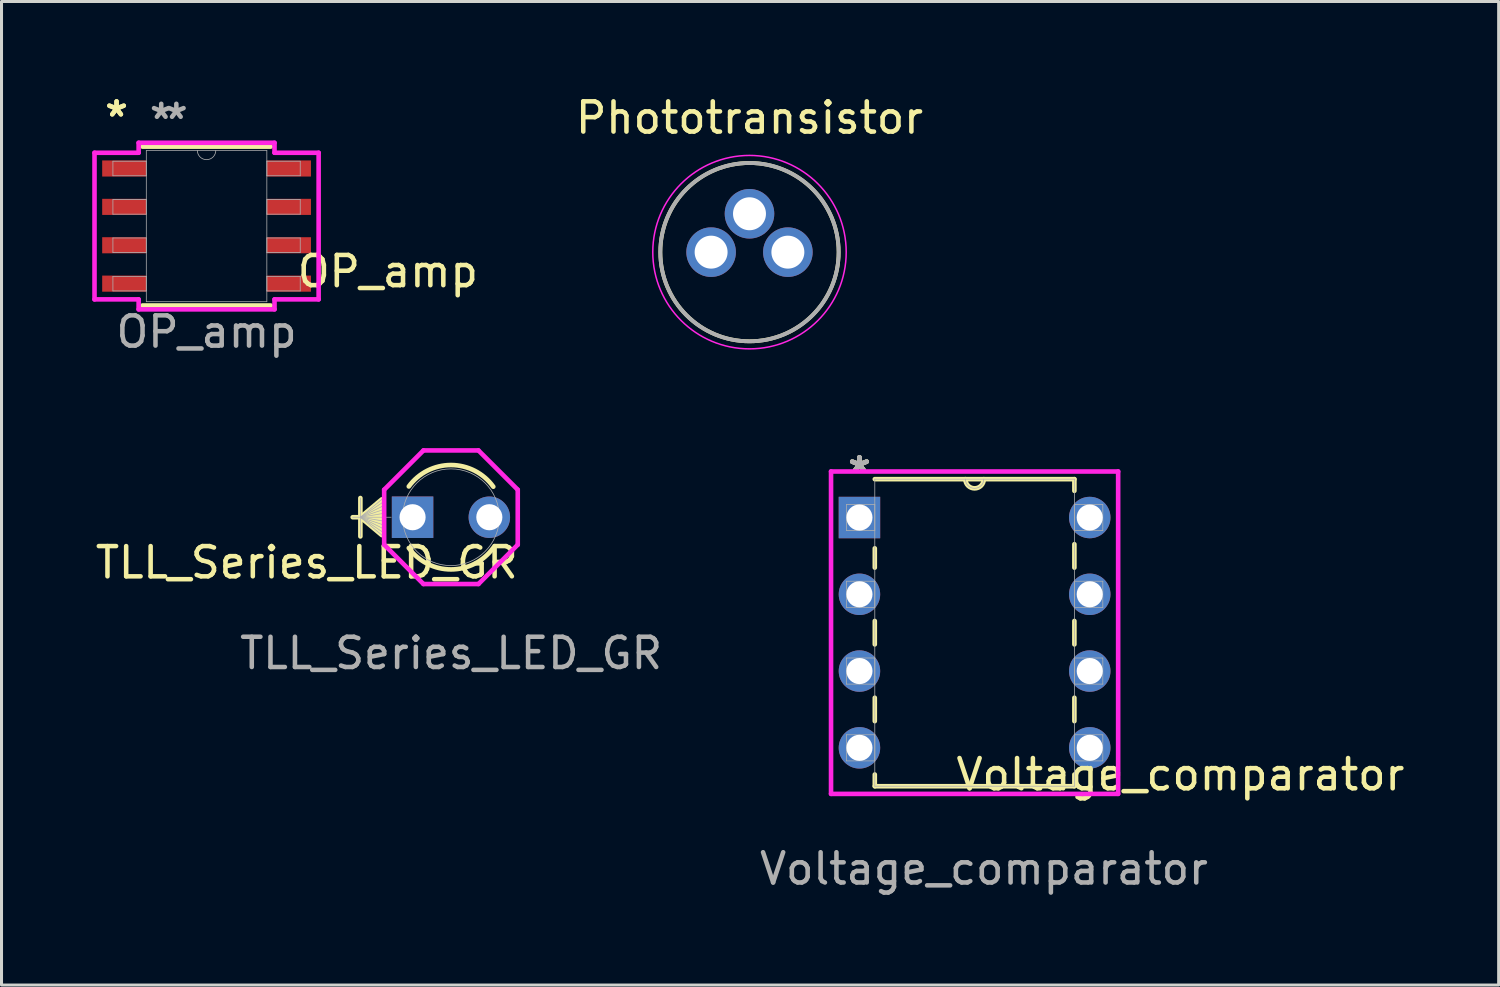
<source format=kicad_pcb>
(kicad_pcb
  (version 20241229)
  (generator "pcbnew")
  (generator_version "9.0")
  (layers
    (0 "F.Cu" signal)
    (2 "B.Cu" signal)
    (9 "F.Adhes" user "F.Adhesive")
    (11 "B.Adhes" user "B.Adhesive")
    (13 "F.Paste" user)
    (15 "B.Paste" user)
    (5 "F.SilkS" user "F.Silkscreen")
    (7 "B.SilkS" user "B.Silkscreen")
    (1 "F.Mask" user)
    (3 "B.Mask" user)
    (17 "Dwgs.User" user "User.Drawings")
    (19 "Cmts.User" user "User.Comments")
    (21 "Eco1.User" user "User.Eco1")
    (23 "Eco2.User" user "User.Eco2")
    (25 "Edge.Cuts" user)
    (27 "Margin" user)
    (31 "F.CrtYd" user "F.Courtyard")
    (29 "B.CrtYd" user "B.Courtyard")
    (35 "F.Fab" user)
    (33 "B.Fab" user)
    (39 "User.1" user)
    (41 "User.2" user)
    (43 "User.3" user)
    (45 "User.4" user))
  (footprint "Phototransistor"
    (layer "F.Cu")
    (at 21.749 5.293)
    (property "Reference" "Phototransistor" (at 0 -4.445 0) (layer "F.SilkS") (effects (font (size 1 1) (thickness 0.15))))
    (attr through_hole)
    (fp_circle (center 0 0) (end 2.95 0) (stroke (width 0.127) (type solid)) (fill no) (layer "F.SilkS"))
    (fp_circle (center 0 0) (end 3.2 0) (stroke (width 0.05) (type solid)) (fill no) (layer "F.CrtYd"))
    (fp_circle (center 0 0) (end 2.95 0) (stroke (width 0.127) (type solid)) (fill no) (layer "F.Fab"))
    (pad "B" thru_hole circle (at 1.27 0) (size 1.64 1.64) (drill 1.09) (layers "*.Cu" "*.Mask"))
    (pad "C" thru_hole circle (at 0 -1.27) (size 1.64 1.64) (drill 1.09) (layers "*.Cu" "*.Mask"))
    (pad "E" thru_hole circle (at -1.27 0) (size 1.64 1.64) (drill 1.09) (layers "*.Cu" "*.Mask")))
  (footprint "OP_amp"
    (layer "F.Cu")
    (at 3.785 4.43)
    (property "Reference" "OP_amp" (at 6 1.5 0) (unlocked yes) (layer "F.SilkS") (effects (font (size 1 1) (thickness 0.15))))
    (attr smd)
    (fp_line (start -2.121 2.629) (end 2.121 2.629) (stroke (width 0.152) (type solid)) (layer "F.SilkS"))
    (fp_line (start 2.121 -2.629) (end -2.121 -2.629) (stroke (width 0.152) (type solid)) (layer "F.SilkS"))
    (fp_line (start -3.708 -2.426) (end -2.248 -2.426) (stroke (width 0.152) (type solid)) (layer "F.CrtYd"))
    (fp_line (start -3.708 2.426) (end -3.708 -2.426) (stroke (width 0.152) (type solid)) (layer "F.CrtYd"))
    (fp_line (start -3.708 2.426) (end -2.248 2.426) (stroke (width 0.152) (type solid)) (layer "F.CrtYd"))
    (fp_line (start -2.248 -2.756) (end 2.248 -2.756) (stroke (width 0.152) (type solid)) (layer "F.CrtYd"))
    (fp_line (start -2.248 -2.426) (end -2.248 -2.756) (stroke (width 0.152) (type solid)) (layer "F.CrtYd"))
    (fp_line (start -2.248 2.756) (end -2.248 2.426) (stroke (width 0.152) (type solid)) (layer "F.CrtYd"))
    (fp_line (start 2.248 -2.756) (end 2.248 -2.426) (stroke (width 0.152) (type solid)) (layer "F.CrtYd"))
    (fp_line (start 2.248 2.426) (end 2.248 2.756) (stroke (width 0.152) (type solid)) (layer "F.CrtYd"))
    (fp_line (start 2.248 2.756) (end -2.248 2.756) (stroke (width 0.152) (type solid)) (layer "F.CrtYd"))
    (fp_line (start 3.708 -2.426) (end 2.248 -2.426) (stroke (width 0.152) (type solid)) (layer "F.CrtYd"))
    (fp_line (start 3.708 -2.426) (end 3.708 2.426) (stroke (width 0.152) (type solid)) (layer "F.CrtYd"))
    (fp_line (start 3.708 2.426) (end 2.248 2.426) (stroke (width 0.152) (type solid)) (layer "F.CrtYd"))
    (fp_line (start -3.099 -2.146) (end -3.099 -1.664) (stroke (width 0.025) (type solid)) (layer "F.Fab"))
    (fp_line (start -3.099 -1.664) (end -1.994 -1.664) (stroke (width 0.025) (type solid)) (layer "F.Fab"))
    (fp_line (start -3.099 -0.876) (end -3.099 -0.394) (stroke (width 0.025) (type solid)) (layer "F.Fab"))
    (fp_line (start -3.099 -0.394) (end -1.994 -0.394) (stroke (width 0.025) (type solid)) (layer "F.Fab"))
    (fp_line (start -3.099 0.394) (end -3.099 0.876) (stroke (width 0.025) (type solid)) (layer "F.Fab"))
    (fp_line (start -3.099 0.876) (end -1.994 0.876) (stroke (width 0.025) (type solid)) (layer "F.Fab"))
    (fp_line (start -3.099 1.664) (end -3.099 2.146) (stroke (width 0.025) (type solid)) (layer "F.Fab"))
    (fp_line (start -3.099 2.146) (end -1.994 2.146) (stroke (width 0.025) (type solid)) (layer "F.Fab"))
    (fp_line (start -1.994 -2.502) (end -1.994 2.502) (stroke (width 0.025) (type solid)) (layer "F.Fab"))
    (fp_line (start -1.994 -2.146) (end -3.099 -2.146) (stroke (width 0.025) (type solid)) (layer "F.Fab"))
    (fp_line (start -1.994 -1.664) (end -1.994 -2.146) (stroke (width 0.025) (type solid)) (layer "F.Fab"))
    (fp_line (start -1.994 -0.876) (end -3.099 -0.876) (stroke (width 0.025) (type solid)) (layer "F.Fab"))
    (fp_line (start -1.994 -0.394) (end -1.994 -0.876) (stroke (width 0.025) (type solid)) (layer "F.Fab"))
    (fp_line (start -1.994 0.394) (end -3.099 0.394) (stroke (width 0.025) (type solid)) (layer "F.Fab"))
    (fp_line (start -1.994 0.876) (end -1.994 0.394) (stroke (width 0.025) (type solid)) (layer "F.Fab"))
    (fp_line (start -1.994 1.664) (end -3.099 1.664) (stroke (width 0.025) (type solid)) (layer "F.Fab"))
    (fp_line (start -1.994 2.146) (end -1.994 1.664) (stroke (width 0.025) (type solid)) (layer "F.Fab"))
    (fp_line (start -1.994 2.502) (end 1.994 2.502) (stroke (width 0.025) (type solid)) (layer "F.Fab"))
    (fp_line (start 1.994 -2.502) (end -1.994 -2.502) (stroke (width 0.025) (type solid)) (layer "F.Fab"))
    (fp_line (start 1.994 -2.146) (end 1.994 -1.664) (stroke (width 0.025) (type solid)) (layer "F.Fab"))
    (fp_line (start 1.994 -1.664) (end 3.099 -1.664) (stroke (width 0.025) (type solid)) (layer "F.Fab"))
    (fp_line (start 1.994 -0.876) (end 1.994 -0.394) (stroke (width 0.025) (type solid)) (layer "F.Fab"))
    (fp_line (start 1.994 -0.394) (end 3.099 -0.394) (stroke (width 0.025) (type solid)) (layer "F.Fab"))
    (fp_line (start 1.994 0.394) (end 1.994 0.876) (stroke (width 0.025) (type solid)) (layer "F.Fab"))
    (fp_line (start 1.994 0.876) (end 3.099 0.876) (stroke (width 0.025) (type solid)) (layer "F.Fab"))
    (fp_line (start 1.994 1.664) (end 1.994 2.146) (stroke (width 0.025) (type solid)) (layer "F.Fab"))
    (fp_line (start 1.994 2.146) (end 3.099 2.146) (stroke (width 0.025) (type solid)) (layer "F.Fab"))
    (fp_line (start 1.994 2.502) (end 1.994 -2.502) (stroke (width 0.025) (type solid)) (layer "F.Fab"))
    (fp_line (start 3.099 -2.146) (end 1.994 -2.146) (stroke (width 0.025) (type solid)) (layer "F.Fab"))
    (fp_line (start 3.099 -1.664) (end 3.099 -2.146) (stroke (width 0.025) (type solid)) (layer "F.Fab"))
    (fp_line (start 3.099 -0.876) (end 1.994 -0.876) (stroke (width 0.025) (type solid)) (layer "F.Fab"))
    (fp_line (start 3.099 -0.394) (end 3.099 -0.876) (stroke (width 0.025) (type solid)) (layer "F.Fab"))
    (fp_line (start 3.099 0.394) (end 1.994 0.394) (stroke (width 0.025) (type solid)) (layer "F.Fab"))
    (fp_line (start 3.099 0.876) (end 3.099 0.394) (stroke (width 0.025) (type solid)) (layer "F.Fab"))
    (fp_line (start 3.099 1.664) (end 1.994 1.664) (stroke (width 0.025) (type solid)) (layer "F.Fab"))
    (fp_line (start 3.099 2.146) (end 3.099 1.664) (stroke (width 0.025) (type solid)) (layer "F.Fab"))
    (fp_arc (start 0.3048 -2.5019) (mid 0 -2.1971) (end -0.3048 -2.5019) (stroke (width 0.0254) (type solid)) (layer "F.Fab"))
    (fp_text user "*" (at -2.978 -3.581 0) (layer "F.SilkS") (effects (font (size 1 1) (thickness 0.15))))
    (fp_text user "*" (at -2.978 -3.581 0) (unlocked yes) (layer "F.SilkS") (effects (font (size 1 1) (thickness 0.15))))
    (fp_text user "*" (at -1 -3.5 0) (unlocked yes) (layer "F.Fab") (effects (font (size 1 1) (thickness 0.15))))
    (fp_text user "*" (at -1.5 -3.5 0) (layer "F.Fab") (effects (font (size 1 1) (thickness 0.15))))
    (fp_text user "${REFERENCE}" (at 0 3.5 0) (unlocked yes) (layer "F.Fab") (effects (font (size 1 1) (thickness 0.15))))
    (pad "1" smd rect (at -2.724 -1.905) (size 1.46 0.533) (layers "F.Cu" "F.Mask" "F.Paste"))
    (pad "2" smd rect (at -2.724 -0.635) (size 1.46 0.533) (layers "F.Cu" "F.Mask" "F.Paste"))
    (pad "3" smd rect (at -2.724 0.635) (size 1.46 0.533) (layers "F.Cu" "F.Mask" "F.Paste"))
    (pad "4" smd rect (at -2.724 1.905) (size 1.46 0.533) (layers "F.Cu" "F.Mask" "F.Paste"))
    (pad "5" smd rect (at 2.724 1.905) (size 1.46 0.533) (layers "F.Cu" "F.Mask" "F.Paste"))
    (pad "6" smd rect (at 2.724 0.635) (size 1.46 0.533) (layers "F.Cu" "F.Mask" "F.Paste"))
    (pad "7" smd rect (at 2.724 -0.635) (size 1.46 0.533) (layers "F.Cu" "F.Mask" "F.Paste"))
    (pad "8" smd rect (at 2.724 -1.905) (size 1.46 0.533) (layers "F.Cu" "F.Mask" "F.Paste")))
  (footprint "Voltage_comparator"
    (layer "F.Cu")
    (at 29.499 18.464)
    (property "Reference" "Voltage_comparator" (at 6.508 4.113 0) (unlocked yes) (layer "F.SilkS") (effects (font (size 1 1) (thickness 0.15))))
    (attr through_hole)
    (fp_line (start -3.604 -3.371) (end -3.604 -2.733) (stroke (width 0.152) (type solid)) (layer "F.SilkS"))
    (fp_line (start -3.604 -0.967) (end -3.604 -0.193) (stroke (width 0.152) (type solid)) (layer "F.SilkS"))
    (fp_line (start -3.604 1.573) (end -3.604 2.347) (stroke (width 0.152) (type solid)) (layer "F.SilkS"))
    (fp_line (start -3.604 4.113) (end -3.604 4.5) (stroke (width 0.152) (type solid)) (layer "F.SilkS"))
    (fp_line (start -3.604 4.5) (end 3 4.5) (stroke (width 0.152) (type solid)) (layer "F.SilkS"))
    (fp_line (start 3 -5.66) (end -3.604 -5.66) (stroke (width 0.152) (type solid)) (layer "F.SilkS"))
    (fp_line (start 3 -5.273) (end 3 -5.66) (stroke (width 0.152) (type solid)) (layer "F.SilkS"))
    (fp_line (start 3 -2.733) (end 3 -3.507) (stroke (width 0.152) (type solid)) (layer "F.SilkS"))
    (fp_line (start 3 -0.193) (end 3 -0.967) (stroke (width 0.152) (type solid)) (layer "F.SilkS"))
    (fp_line (start 3 2.347) (end 3 1.573) (stroke (width 0.152) (type solid)) (layer "F.SilkS"))
    (fp_line (start 3 4.5) (end 3 4.113) (stroke (width 0.152) (type solid)) (layer "F.SilkS"))
    (fp_arc (start 0.0028 -5.66) (mid -0.302 -5.3552) (end -0.6068 -5.66) (stroke (width 0.1524) (type solid)) (layer "F.SilkS"))
    (fp_line (start -5.052 -5.914) (end -5.052 4.754) (stroke (width 0.152) (type solid)) (layer "F.CrtYd"))
    (fp_line (start -5.052 4.754) (end 4.448 4.754) (stroke (width 0.152) (type solid)) (layer "F.CrtYd"))
    (fp_line (start 4.448 -5.914) (end -5.052 -5.914) (stroke (width 0.152) (type solid)) (layer "F.CrtYd"))
    (fp_line (start 4.448 4.754) (end 4.448 -5.914) (stroke (width 0.152) (type solid)) (layer "F.CrtYd"))
    (fp_line (start -4.544 -4.822) (end -4.544 -3.958) (stroke (width 0.025) (type solid)) (layer "F.Fab"))
    (fp_line (start -4.544 -3.958) (end -3.604 -3.958) (stroke (width 0.025) (type solid)) (layer "F.Fab"))
    (fp_line (start -4.544 -2.282) (end -4.544 -1.418) (stroke (width 0.025) (type solid)) (layer "F.Fab"))
    (fp_line (start -4.544 -1.418) (end -3.604 -1.418) (stroke (width 0.025) (type solid)) (layer "F.Fab"))
    (fp_line (start -4.544 0.258) (end -4.544 1.122) (stroke (width 0.025) (type solid)) (layer "F.Fab"))
    (fp_line (start -4.544 1.122) (end -3.604 1.122) (stroke (width 0.025) (type solid)) (layer "F.Fab"))
    (fp_line (start -4.544 2.798) (end -4.544 3.662) (stroke (width 0.025) (type solid)) (layer "F.Fab"))
    (fp_line (start -4.544 3.662) (end -3.604 3.662) (stroke (width 0.025) (type solid)) (layer "F.Fab"))
    (fp_line (start -3.604 -5.66) (end -3.604 4.5) (stroke (width 0.025) (type solid)) (layer "F.Fab"))
    (fp_line (start -3.604 -4.822) (end -4.544 -4.822) (stroke (width 0.025) (type solid)) (layer "F.Fab"))
    (fp_line (start -3.604 -3.958) (end -3.604 -4.822) (stroke (width 0.025) (type solid)) (layer "F.Fab"))
    (fp_line (start -3.604 -2.282) (end -4.544 -2.282) (stroke (width 0.025) (type solid)) (layer "F.Fab"))
    (fp_line (start -3.604 -1.418) (end -3.604 -2.282) (stroke (width 0.025) (type solid)) (layer "F.Fab"))
    (fp_line (start -3.604 0.258) (end -4.544 0.258) (stroke (width 0.025) (type solid)) (layer "F.Fab"))
    (fp_line (start -3.604 1.122) (end -3.604 0.258) (stroke (width 0.025) (type solid)) (layer "F.Fab"))
    (fp_line (start -3.604 2.798) (end -4.544 2.798) (stroke (width 0.025) (type solid)) (layer "F.Fab"))
    (fp_line (start -3.604 3.662) (end -3.604 2.798) (stroke (width 0.025) (type solid)) (layer "F.Fab"))
    (fp_line (start -3.604 4.5) (end 3 4.5) (stroke (width 0.025) (type solid)) (layer "F.Fab"))
    (fp_line (start 3 -5.66) (end -3.604 -5.66) (stroke (width 0.025) (type solid)) (layer "F.Fab"))
    (fp_line (start 3 -4.822) (end 3 -3.958) (stroke (width 0.025) (type solid)) (layer "F.Fab"))
    (fp_line (start 3 -3.958) (end 3.94 -3.958) (stroke (width 0.025) (type solid)) (layer "F.Fab"))
    (fp_line (start 3 -2.282) (end 3 -1.418) (stroke (width 0.025) (type solid)) (layer "F.Fab"))
    (fp_line (start 3 -1.418) (end 3.94 -1.418) (stroke (width 0.025) (type solid)) (layer "F.Fab"))
    (fp_line (start 3 0.258) (end 3 1.122) (stroke (width 0.025) (type solid)) (layer "F.Fab"))
    (fp_line (start 3 1.122) (end 3.94 1.122) (stroke (width 0.025) (type solid)) (layer "F.Fab"))
    (fp_line (start 3 2.798) (end 3 3.662) (stroke (width 0.025) (type solid)) (layer "F.Fab"))
    (fp_line (start 3 3.662) (end 3.94 3.662) (stroke (width 0.025) (type solid)) (layer "F.Fab"))
    (fp_line (start 3 4.5) (end 3 -5.66) (stroke (width 0.025) (type solid)) (layer "F.Fab"))
    (fp_line (start 3.94 -4.822) (end 3 -4.822) (stroke (width 0.025) (type solid)) (layer "F.Fab"))
    (fp_line (start 3.94 -3.958) (end 3.94 -4.822) (stroke (width 0.025) (type solid)) (layer "F.Fab"))
    (fp_line (start 3.94 -2.282) (end 3 -2.282) (stroke (width 0.025) (type solid)) (layer "F.Fab"))
    (fp_line (start 3.94 -1.418) (end 3.94 -2.282) (stroke (width 0.025) (type solid)) (layer "F.Fab"))
    (fp_line (start 3.94 0.258) (end 3 0.258) (stroke (width 0.025) (type solid)) (layer "F.Fab"))
    (fp_line (start 3.94 1.122) (end 3.94 0.258) (stroke (width 0.025) (type solid)) (layer "F.Fab"))
    (fp_line (start 3.94 2.798) (end 3 2.798) (stroke (width 0.025) (type solid)) (layer "F.Fab"))
    (fp_line (start 3.94 3.662) (end 3.94 2.798) (stroke (width 0.025) (type solid)) (layer "F.Fab"))
    (fp_arc (start 0.0028 -5.66) (mid -0.302 -5.3552) (end -0.6068 -5.66) (stroke (width 0.0254) (type solid)) (layer "F.Fab"))
    (fp_text user "*" (at -4.112 -5.838 0) (unlocked yes) (layer "F.SilkS") (effects (font (size 1 1) (thickness 0.15))))
    (fp_text user "*" (at -4.112 -5.838 0) (layer "F.SilkS") (effects (font (size 1 1) (thickness 0.15))))
    (fp_text user "${REFERENCE}" (at 0.008 7.23 0) (unlocked yes) (layer "F.Fab") (effects (font (size 1 1) (thickness 0.15))))
    (fp_text user "*" (at -4.112 -5.838 0) (layer "F.Fab") (effects (font (size 1 1) (thickness 0.15))))
    (fp_text user "*" (at -4.112 -5.838 0) (unlocked yes) (layer "F.Fab") (effects (font (size 1 1) (thickness 0.15))))
    (pad "1" thru_hole rect (at -4.112 -4.39) (size 1.372 1.372) (drill 0.864) (layers "*.Cu" "*.Mask"))
    (pad "2" thru_hole circle (at -4.112 -1.85) (size 1.372 1.372) (drill 0.864) (layers "*.Cu" "*.Mask"))
    (pad "3" thru_hole circle (at -4.112 0.69) (size 1.372 1.372) (drill 0.864) (layers "*.Cu" "*.Mask"))
    (pad "4" thru_hole circle (at -4.112 3.23) (size 1.372 1.372) (drill 0.864) (layers "*.Cu" "*.Mask"))
    (pad "5" thru_hole circle (at 3.508 3.23) (size 1.372 1.372) (drill 0.864) (layers "*.Cu" "*.Mask"))
    (pad "6" thru_hole circle (at 3.508 0.69) (size 1.372 1.372) (drill 0.864) (layers "*.Cu" "*.Mask"))
    (pad "7" thru_hole circle (at 3.508 -1.85) (size 1.372 1.372) (drill 0.864) (layers "*.Cu" "*.Mask"))
    (pad "8" thru_hole circle (at 3.508 -4.39) (size 1.372 1.372) (drill 0.864) (layers "*.Cu" "*.Mask")))
  (footprint "TLL_Series_LED_GR"
    (layer "F.Cu")
    (at 10.601 14.064)
    (property "Reference" "TLL_Series_LED_GR" (at -3.5 1.5 0) (unlocked yes) (layer "F.SilkS") (effects (font (size 1 1) (thickness 0.15))))
    (attr through_hole)
    (fp_line (start -1.727 -0.635) (end -1.727 0.635) (stroke (width 0.152) (type solid)) (layer "F.SilkS"))
    (fp_line (start -1.727 0) (end -1.019 -0.591) (stroke (width 0.152) (type solid)) (layer "F.SilkS"))
    (fp_line (start -1.727 0) (end -1.019 -0.472) (stroke (width 0.152) (type solid)) (layer "F.SilkS"))
    (fp_line (start -1.727 0) (end -1.019 -0.354) (stroke (width 0.152) (type solid)) (layer "F.SilkS"))
    (fp_line (start -1.727 0) (end -1.019 -0.236) (stroke (width 0.152) (type solid)) (layer "F.SilkS"))
    (fp_line (start -1.727 0) (end -1.019 -0.118) (stroke (width 0.152) (type solid)) (layer "F.SilkS"))
    (fp_line (start -1.727 0) (end -1.019 0.118) (stroke (width 0.152) (type solid)) (layer "F.SilkS"))
    (fp_line (start -1.727 0) (end -1.019 0.236) (stroke (width 0.152) (type solid)) (layer "F.SilkS"))
    (fp_line (start -1.727 0) (end -1.019 0.354) (stroke (width 0.152) (type solid)) (layer "F.SilkS"))
    (fp_line (start -1.727 0) (end -1.019 0.472) (stroke (width 0.152) (type solid)) (layer "F.SilkS"))
    (fp_line (start -1.727 0) (end -1.019 0.591) (stroke (width 0.152) (type solid)) (layer "F.SilkS"))
    (fp_line (start -1.019 0) (end -1.981 0) (stroke (width 0.152) (type solid)) (layer "F.SilkS"))
    (fp_arc (start -0.124919 -1.018539) (mid 1.27523 -1.727192) (end 2.671061 -1.010073) (stroke (width 0.1524) (type solid)) (layer "F.SilkS"))
    (fp_arc (start 2.671061 1.010073) (mid 1.27523 1.727192) (end -0.124919 1.018539) (stroke (width 0.1524) (type solid)) (layer "F.SilkS"))
    (fp_line (start -0.94 -0.91) (end 0.36 -2.21) (stroke (width 0.152) (type solid)) (layer "F.CrtYd"))
    (fp_line (start -0.94 0.91) (end -0.94 -0.91) (stroke (width 0.152) (type solid)) (layer "F.CrtYd"))
    (fp_line (start 0.36 -2.21) (end 2.18 -2.21) (stroke (width 0.152) (type solid)) (layer "F.CrtYd"))
    (fp_line (start 0.36 2.21) (end -0.94 0.91) (stroke (width 0.152) (type solid)) (layer "F.CrtYd"))
    (fp_line (start 2.18 -2.21) (end 3.48 -0.91) (stroke (width 0.152) (type solid)) (layer "F.CrtYd"))
    (fp_line (start 2.18 2.21) (end 0.36 2.21) (stroke (width 0.152) (type solid)) (layer "F.CrtYd"))
    (fp_line (start 3.48 -0.91) (end 3.48 0.91) (stroke (width 0.152) (type solid)) (layer "F.CrtYd"))
    (fp_line (start 3.48 0.91) (end 2.18 2.21) (stroke (width 0.152) (type solid)) (layer "F.CrtYd"))
    (fp_line (start -1.727 -0.635) (end -1.727 0.635) (stroke (width 0.025) (type solid)) (layer "F.Fab"))
    (fp_line (start -1.727 0) (end -0.965 -0.635) (stroke (width 0.025) (type solid)) (layer "F.Fab"))
    (fp_line (start -1.727 0) (end -0.965 -0.508) (stroke (width 0.025) (type solid)) (layer "F.Fab"))
    (fp_line (start -1.727 0) (end -0.965 -0.381) (stroke (width 0.025) (type solid)) (layer "F.Fab"))
    (fp_line (start -1.727 0) (end -0.965 -0.254) (stroke (width 0.025) (type solid)) (layer "F.Fab"))
    (fp_line (start -1.727 0) (end -0.965 -0.127) (stroke (width 0.025) (type solid)) (layer "F.Fab"))
    (fp_line (start -1.727 0) (end -0.965 0.127) (stroke (width 0.025) (type solid)) (layer "F.Fab"))
    (fp_line (start -1.727 0) (end -0.965 0.254) (stroke (width 0.025) (type solid)) (layer "F.Fab"))
    (fp_line (start -1.727 0) (end -0.965 0.381) (stroke (width 0.025) (type solid)) (layer "F.Fab"))
    (fp_line (start -1.727 0) (end -0.965 0.508) (stroke (width 0.025) (type solid)) (layer "F.Fab"))
    (fp_line (start -1.727 0) (end -0.965 0.635) (stroke (width 0.025) (type solid)) (layer "F.Fab"))
    (fp_line (start -0.965 -0.635) (end -0.965 0.635) (stroke (width 0.025) (type solid)) (layer "F.Fab"))
    (fp_line (start -0.711 0) (end -1.981 0) (stroke (width 0.025) (type solid)) (layer "F.Fab"))
    (fp_circle (center 1.27 0) (end 2.87 0) (stroke (width 0.025) (type solid)) (fill no) (layer "F.Fab"))
    (fp_text user "${REFERENCE}" (at 1.275 4.5 0) (unlocked yes) (layer "F.Fab") (effects (font (size 1 1) (thickness 0.15))))
    (pad "1" thru_hole rect (at 0 0) (size 1.372 1.372) (drill 0.864) (layers "*.Cu" "*.Mask"))
    (pad "2" thru_hole circle (at 2.54 0) (size 1.372 1.372) (drill 0.864) (layers "*.Cu" "*.Mask")))
  (gr_rect
    (start -3 -3)
    (end 46.537 29.542)
    (stroke (width 0.1) (type default))
    (fill no)
    (layer "Edge.Cuts")))
</source>
